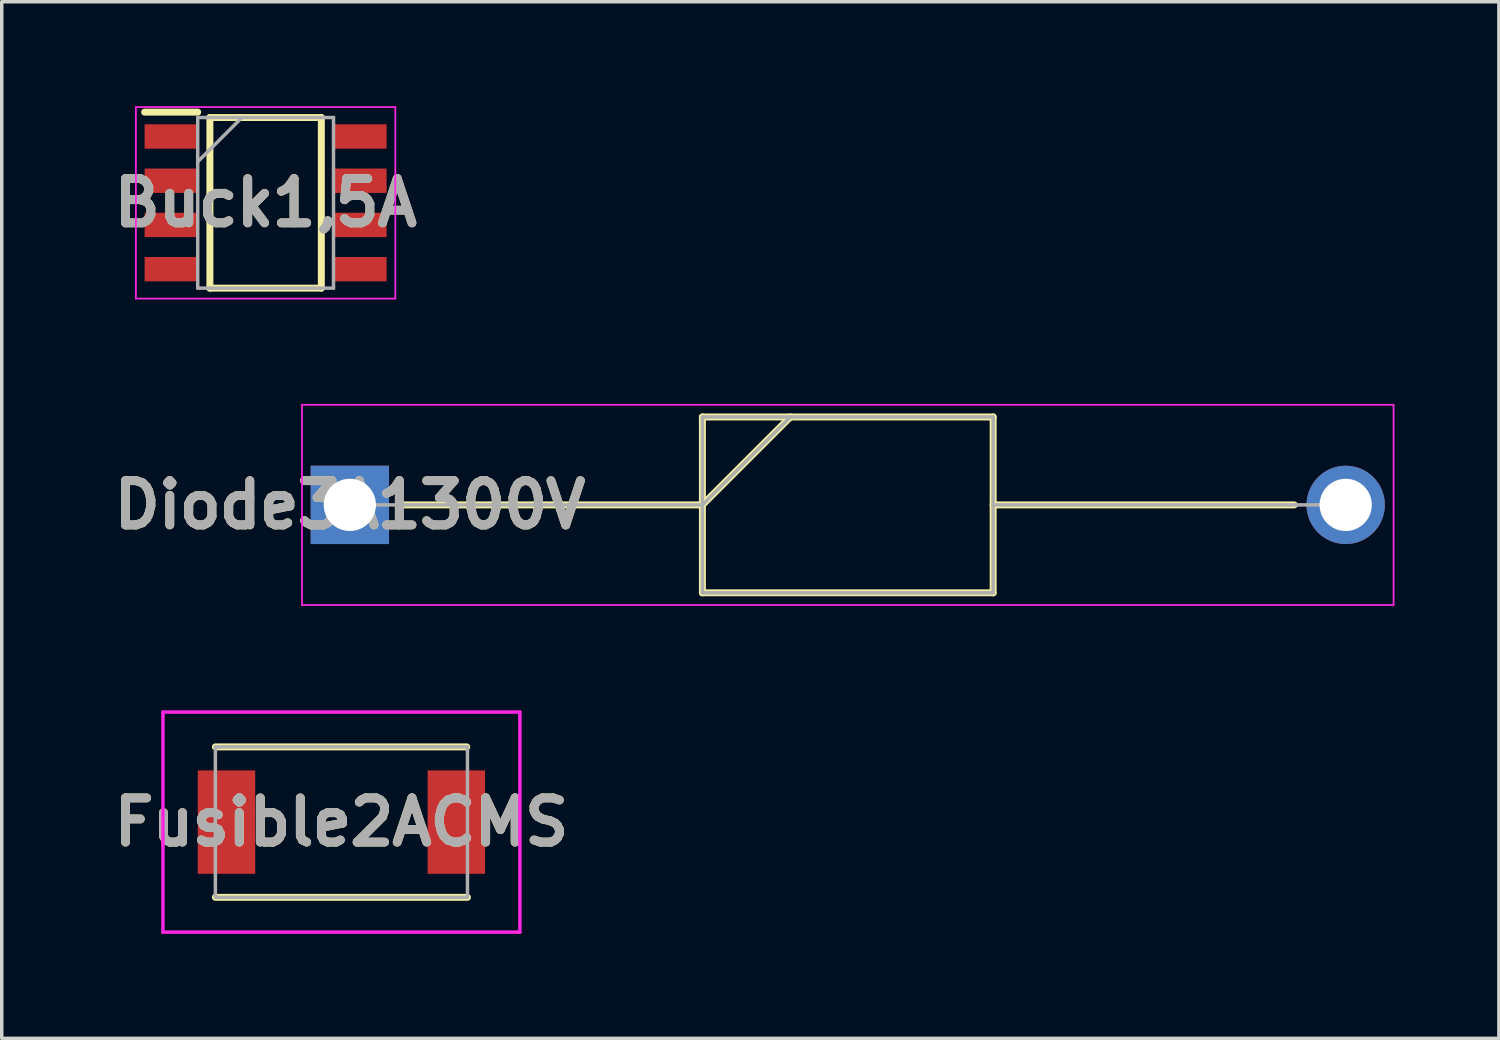
<source format=kicad_pcb>
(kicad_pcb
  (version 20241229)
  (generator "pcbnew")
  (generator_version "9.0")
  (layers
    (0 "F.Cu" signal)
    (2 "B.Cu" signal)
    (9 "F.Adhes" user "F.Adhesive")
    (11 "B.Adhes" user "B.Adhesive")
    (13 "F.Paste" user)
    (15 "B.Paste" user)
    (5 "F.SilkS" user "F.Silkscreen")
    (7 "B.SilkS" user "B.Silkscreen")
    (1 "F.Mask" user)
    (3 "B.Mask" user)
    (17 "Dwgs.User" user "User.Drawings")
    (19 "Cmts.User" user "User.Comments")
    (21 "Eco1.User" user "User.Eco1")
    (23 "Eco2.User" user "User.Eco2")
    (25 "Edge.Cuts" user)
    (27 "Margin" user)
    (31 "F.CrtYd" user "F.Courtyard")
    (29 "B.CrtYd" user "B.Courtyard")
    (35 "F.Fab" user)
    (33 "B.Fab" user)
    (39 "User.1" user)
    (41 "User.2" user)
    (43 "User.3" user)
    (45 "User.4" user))
  (footprint "Buck1,5A"
    (layer "F.Cu")
    (at 4.578 2.775)
    (property "Reference" "Buck1,5A" (at 0 0 0) (layer "F.SilkS") (effects (font (size 1.27 1.27) (thickness 0.254))))
    (attr smd)
    (fp_line (start -3.475 -2.605) (end -1.95 -2.605) (stroke (width 0.2) (type solid)) (layer "F.SilkS"))
    (fp_line (start -1.6 -2.45) (end 1.6 -2.45) (stroke (width 0.2) (type solid)) (layer "F.SilkS"))
    (fp_line (start -1.6 2.45) (end -1.6 -2.45) (stroke (width 0.2) (type solid)) (layer "F.SilkS"))
    (fp_line (start 1.6 -2.45) (end 1.6 2.45) (stroke (width 0.2) (type solid)) (layer "F.SilkS"))
    (fp_line (start 1.6 2.45) (end -1.6 2.45) (stroke (width 0.2) (type solid)) (layer "F.SilkS"))
    (fp_line (start -3.725 -2.75) (end 3.725 -2.75) (stroke (width 0.05) (type solid)) (layer "F.CrtYd"))
    (fp_line (start -3.725 2.75) (end -3.725 -2.75) (stroke (width 0.05) (type solid)) (layer "F.CrtYd"))
    (fp_line (start 3.725 -2.75) (end 3.725 2.75) (stroke (width 0.05) (type solid)) (layer "F.CrtYd"))
    (fp_line (start 3.725 2.75) (end -3.725 2.75) (stroke (width 0.05) (type solid)) (layer "F.CrtYd"))
    (fp_line (start -1.95 -2.45) (end 1.95 -2.45) (stroke (width 0.1) (type solid)) (layer "F.Fab"))
    (fp_line (start -1.95 -1.18) (end -0.68 -2.45) (stroke (width 0.1) (type solid)) (layer "F.Fab"))
    (fp_line (start -1.95 2.45) (end -1.95 -2.45) (stroke (width 0.1) (type solid)) (layer "F.Fab"))
    (fp_line (start 1.95 -2.45) (end 1.95 2.45) (stroke (width 0.1) (type solid)) (layer "F.Fab"))
    (fp_line (start 1.95 2.45) (end -1.95 2.45) (stroke (width 0.1) (type solid)) (layer "F.Fab"))
    (fp_text user "${REFERENCE}" (at 0 0 0) (layer "F.Fab") (effects (font (size 1.27 1.27) (thickness 0.254))))
    (pad "1" smd rect (at -2.712 -1.905 90) (size 0.7 1.525) (layers "F.Cu" "F.Mask" "F.Paste"))
    (pad "2" smd rect (at -2.712 -0.635 90) (size 0.7 1.525) (layers "F.Cu" "F.Mask" "F.Paste"))
    (pad "3" smd rect (at -2.712 0.635 90) (size 0.7 1.525) (layers "F.Cu" "F.Mask" "F.Paste"))
    (pad "4" smd rect (at -2.712 1.905 90) (size 0.7 1.525) (layers "F.Cu" "F.Mask" "F.Paste"))
    (pad "5" smd rect (at 2.712 1.905 90) (size 0.7 1.525) (layers "F.Cu" "F.Mask" "F.Paste"))
    (pad "6" smd rect (at 2.712 0.635 90) (size 0.7 1.525) (layers "F.Cu" "F.Mask" "F.Paste"))
    (pad "7" smd rect (at 2.712 -0.635 90) (size 0.7 1.525) (layers "F.Cu" "F.Mask" "F.Paste"))
    (pad "8" smd rect (at 2.712 -1.905 90) (size 0.7 1.525) (layers "F.Cu" "F.Mask" "F.Paste")))
  (footprint "Fusible2ACMS"
    (layer "F.Cu")
    (at 6.755 20.56)
    (property "Reference" "Fusible2ACMS" (at 0 0 0) (layer "F.SilkS") (effects (font (size 1.27 1.27) (thickness 0.254))))
    (attr smd)
    (fp_line (start -4.6 0) (end -4.6 0) (stroke (width 0.1) (type solid)) (layer "F.SilkS"))
    (fp_line (start -4.5 0) (end -4.5 0) (stroke (width 0.1) (type solid)) (layer "F.SilkS"))
    (fp_line (start -3.62 -2.16) (end 3.6 -2.16) (stroke (width 0.2) (type solid)) (layer "F.SilkS"))
    (fp_line (start -3.62 2.16) (end 3.62 2.16) (stroke (width 0.2) (type solid)) (layer "F.SilkS"))
    (fp_arc (start -4.6 0) (mid -4.55 -0.05) (end -4.5 0) (stroke (width 0.1) (type solid)) (layer "F.SilkS"))
    (fp_arc (start -4.5 0) (mid -4.55 0.05) (end -4.6 0) (stroke (width 0.1) (type solid)) (layer "F.SilkS"))
    (fp_line (start -5.125 -3.16) (end 5.125 -3.16) (stroke (width 0.1) (type solid)) (layer "F.CrtYd"))
    (fp_line (start -5.125 3.16) (end -5.125 -3.16) (stroke (width 0.1) (type solid)) (layer "F.CrtYd"))
    (fp_line (start 5.125 -3.16) (end 5.125 3.16) (stroke (width 0.1) (type solid)) (layer "F.CrtYd"))
    (fp_line (start 5.125 3.16) (end -5.125 3.16) (stroke (width 0.1) (type solid)) (layer "F.CrtYd"))
    (fp_line (start -3.62 -2.16) (end 3.62 -2.16) (stroke (width 0.1) (type solid)) (layer "F.Fab"))
    (fp_line (start -3.62 2.16) (end -3.62 -2.16) (stroke (width 0.1) (type solid)) (layer "F.Fab"))
    (fp_line (start 3.62 -2.16) (end 3.62 2.16) (stroke (width 0.1) (type solid)) (layer "F.Fab"))
    (fp_line (start 3.62 2.16) (end -3.62 2.16) (stroke (width 0.1) (type solid)) (layer "F.Fab"))
    (fp_text user "${REFERENCE}" (at 0 0 0) (layer "F.Fab") (effects (font (size 1.27 1.27) (thickness 0.254))))
    (pad "1" smd rect (at -3.3 0) (size 1.65 2.97) (layers "F.Cu" "F.Mask" "F.Paste"))
    (pad "2" smd rect (at 3.3 0) (size 1.65 2.97) (layers "F.Cu" "F.Mask" "F.Paste")))
  (footprint "Diode3A1300V"
    (layer "F.Cu")
    (at 6.997 11.45)
    (property "Reference" "Diode3A1300V" (at 0 0 0) (layer "F.SilkS") (effects (font (size 1.27 1.27) (thickness 0.254))))
    (attr through_hole)
    (fp_line (start 1.475 0) (end 10.125 0) (stroke (width 0.2) (type solid)) (layer "F.SilkS"))
    (fp_line (start 10.125 -2.525) (end 18.475 -2.525) (stroke (width 0.2) (type solid)) (layer "F.SilkS"))
    (fp_line (start 10.125 0) (end 12.65 -2.525) (stroke (width 0.2) (type solid)) (layer "F.SilkS"))
    (fp_line (start 10.125 2.525) (end 10.125 -2.525) (stroke (width 0.2) (type solid)) (layer "F.SilkS"))
    (fp_line (start 18.475 -2.525) (end 18.475 2.525) (stroke (width 0.2) (type solid)) (layer "F.SilkS"))
    (fp_line (start 18.475 0) (end 27.125 0) (stroke (width 0.2) (type solid)) (layer "F.SilkS"))
    (fp_line (start 18.475 2.525) (end 10.125 2.525) (stroke (width 0.2) (type solid)) (layer "F.SilkS"))
    (fp_line (start -1.375 -2.875) (end 29.975 -2.875) (stroke (width 0.05) (type solid)) (layer "F.CrtYd"))
    (fp_line (start -1.375 2.875) (end -1.375 -2.875) (stroke (width 0.05) (type solid)) (layer "F.CrtYd"))
    (fp_line (start 29.975 -2.875) (end 29.975 2.875) (stroke (width 0.05) (type solid)) (layer "F.CrtYd"))
    (fp_line (start 29.975 2.875) (end -1.375 2.875) (stroke (width 0.05) (type solid)) (layer "F.CrtYd"))
    (fp_line (start 0 0) (end 10.125 0) (stroke (width 0.1) (type solid)) (layer "F.Fab"))
    (fp_line (start 10.125 -2.525) (end 18.475 -2.525) (stroke (width 0.1) (type solid)) (layer "F.Fab"))
    (fp_line (start 10.125 0) (end 12.65 -2.525) (stroke (width 0.1) (type solid)) (layer "F.Fab"))
    (fp_line (start 10.125 2.525) (end 10.125 -2.525) (stroke (width 0.1) (type solid)) (layer "F.Fab"))
    (fp_line (start 18.475 -2.525) (end 18.475 2.525) (stroke (width 0.1) (type solid)) (layer "F.Fab"))
    (fp_line (start 18.475 0) (end 28.6 0) (stroke (width 0.1) (type solid)) (layer "F.Fab"))
    (fp_line (start 18.475 2.525) (end 10.125 2.525) (stroke (width 0.1) (type solid)) (layer "F.Fab"))
    (fp_text user "${REFERENCE}" (at 0 0 0) (layer "F.Fab") (effects (font (size 1.27 1.27) (thickness 0.254))))
    (pad "1" thru_hole rect (at 0 0) (size 2.25 2.25) (drill 1.5) (layers "*.Cu" "*.Mask"))
    (pad "2" thru_hole circle (at 28.6 0) (size 2.25 2.25) (drill 1.5) (layers "*.Cu" "*.Mask")))
  (gr_rect
    (start -3 -3)
    (end 39.997 26.77)
    (stroke (width 0.1) (type default))
    (fill no)
    (layer "Edge.Cuts")))
</source>
